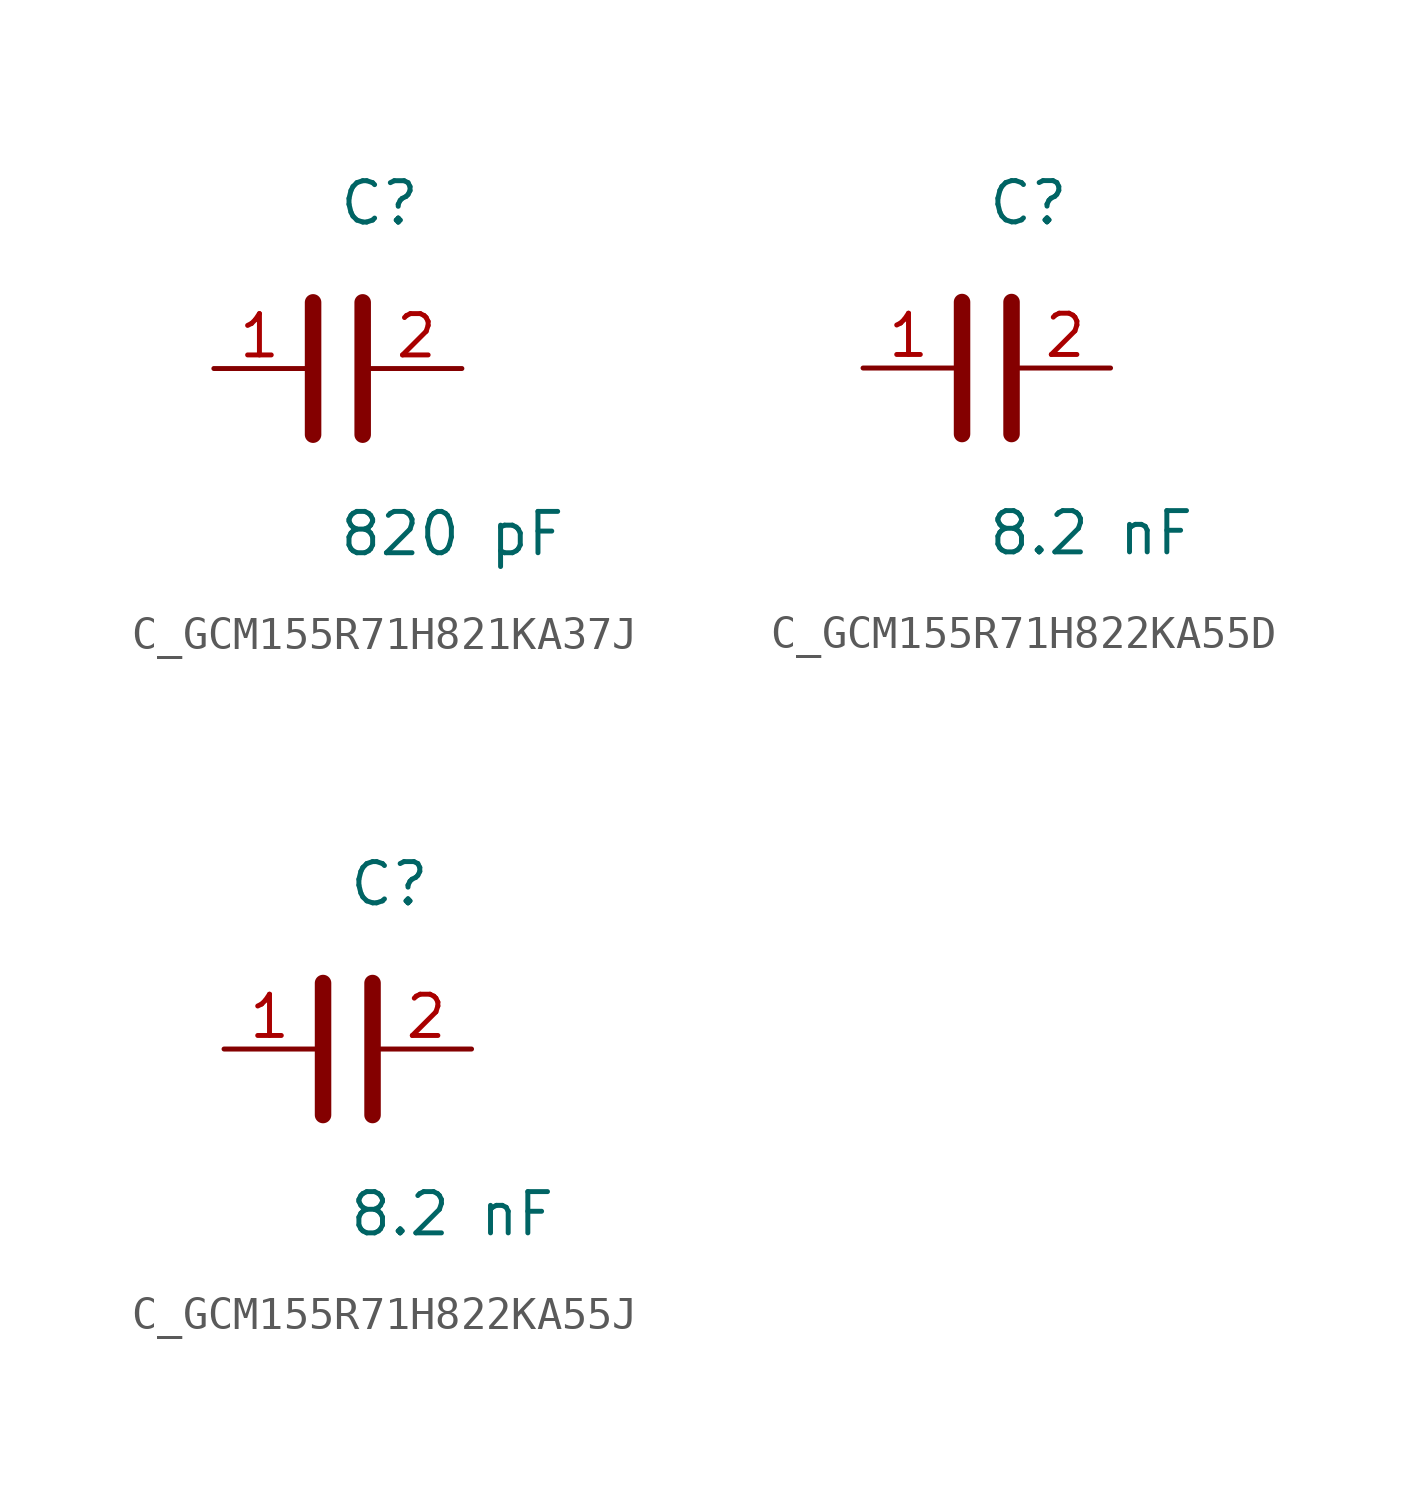
<source format=kicad_sym>
(kicad_symbol_lib
  (version 20231120)
  (generator kicad_symbol_editor)
  (generator_version 8.0)
  (symbol "C_GCM155R71H821KA37J"
    (pin_names
      (offset 0.254))
    (property "Reference" "C"
      (at 0 5.08 0)
      (effects (font (size 1.27 1.27)) (justify left)))
    (property "Value" "820 pF"
      (at 0 -5.08 0)
      (effects (font (size 1.27 1.27)) (justify left)))
    (symbol "C_GCM155R71H821KA37J_0_1"
      (polyline (pts (xy -0.762 -2.032) (xy -0.762 2.032)) (stroke (width 0.508) (type default)) (fill (type none)))
      (polyline (pts (xy 0.762 -2.032) (xy 0.762 2.032)) (stroke (width 0.508) (type default)) (fill (type none))))
    (pin unspecified line
      (at -3.81 0 0)
      (length 2.8)
      (name "" (effects (font (size 1.27 1.27))))
      (number "1" (effects (font (size 1.27 1.27)))))
    (pin unspecified line
      (at 3.81 0 180)
      (length 2.8)
      (name "" (effects (font (size 1.27 1.27))))
      (number "2" (effects (font (size 1.27 1.27))))))
  (symbol "C_GCM155R71H822KA55D"
    (pin_names
      (offset 0.254))
    (property "Reference" "C"
      (at 0 5.08 0)
      (effects (font (size 1.27 1.27)) (justify left)))
    (property "Value" "8.2 nF"
      (at 0 -5.08 0)
      (effects (font (size 1.27 1.27)) (justify left)))
    (symbol "C_GCM155R71H822KA55D_0_1"
      (polyline (pts (xy -0.762 -2.032) (xy -0.762 2.032)) (stroke (width 0.508) (type default)) (fill (type none)))
      (polyline (pts (xy 0.762 -2.032) (xy 0.762 2.032)) (stroke (width 0.508) (type default)) (fill (type none))))
    (pin unspecified line
      (at -3.81 0 0)
      (length 2.8)
      (name "" (effects (font (size 1.27 1.27))))
      (number "1" (effects (font (size 1.27 1.27)))))
    (pin unspecified line
      (at 3.81 0 180)
      (length 2.8)
      (name "" (effects (font (size 1.27 1.27))))
      (number "2" (effects (font (size 1.27 1.27))))))
  (symbol "C_GCM155R71H822KA55J"
    (pin_names
      (offset 0.254))
    (property "Reference" "C"
      (at 0 5.08 0)
      (effects (font (size 1.27 1.27)) (justify left)))
    (property "Value" "8.2 nF"
      (at 0 -5.08 0)
      (effects (font (size 1.27 1.27)) (justify left)))
    (symbol "C_GCM155R71H822KA55J_0_1"
      (polyline (pts (xy -0.762 -2.032) (xy -0.762 2.032)) (stroke (width 0.508) (type default)) (fill (type none)))
      (polyline (pts (xy 0.762 -2.032) (xy 0.762 2.032)) (stroke (width 0.508) (type default)) (fill (type none))))
    (pin unspecified line
      (at -3.81 0 0)
      (length 2.8)
      (name "" (effects (font (size 1.27 1.27))))
      (number "1" (effects (font (size 1.27 1.27)))))
    (pin unspecified line
      (at 3.81 0 180)
      (length 2.8)
      (name "" (effects (font (size 1.27 1.27))))
      (number "2" (effects (font (size 1.27 1.27)))))))
</source>
